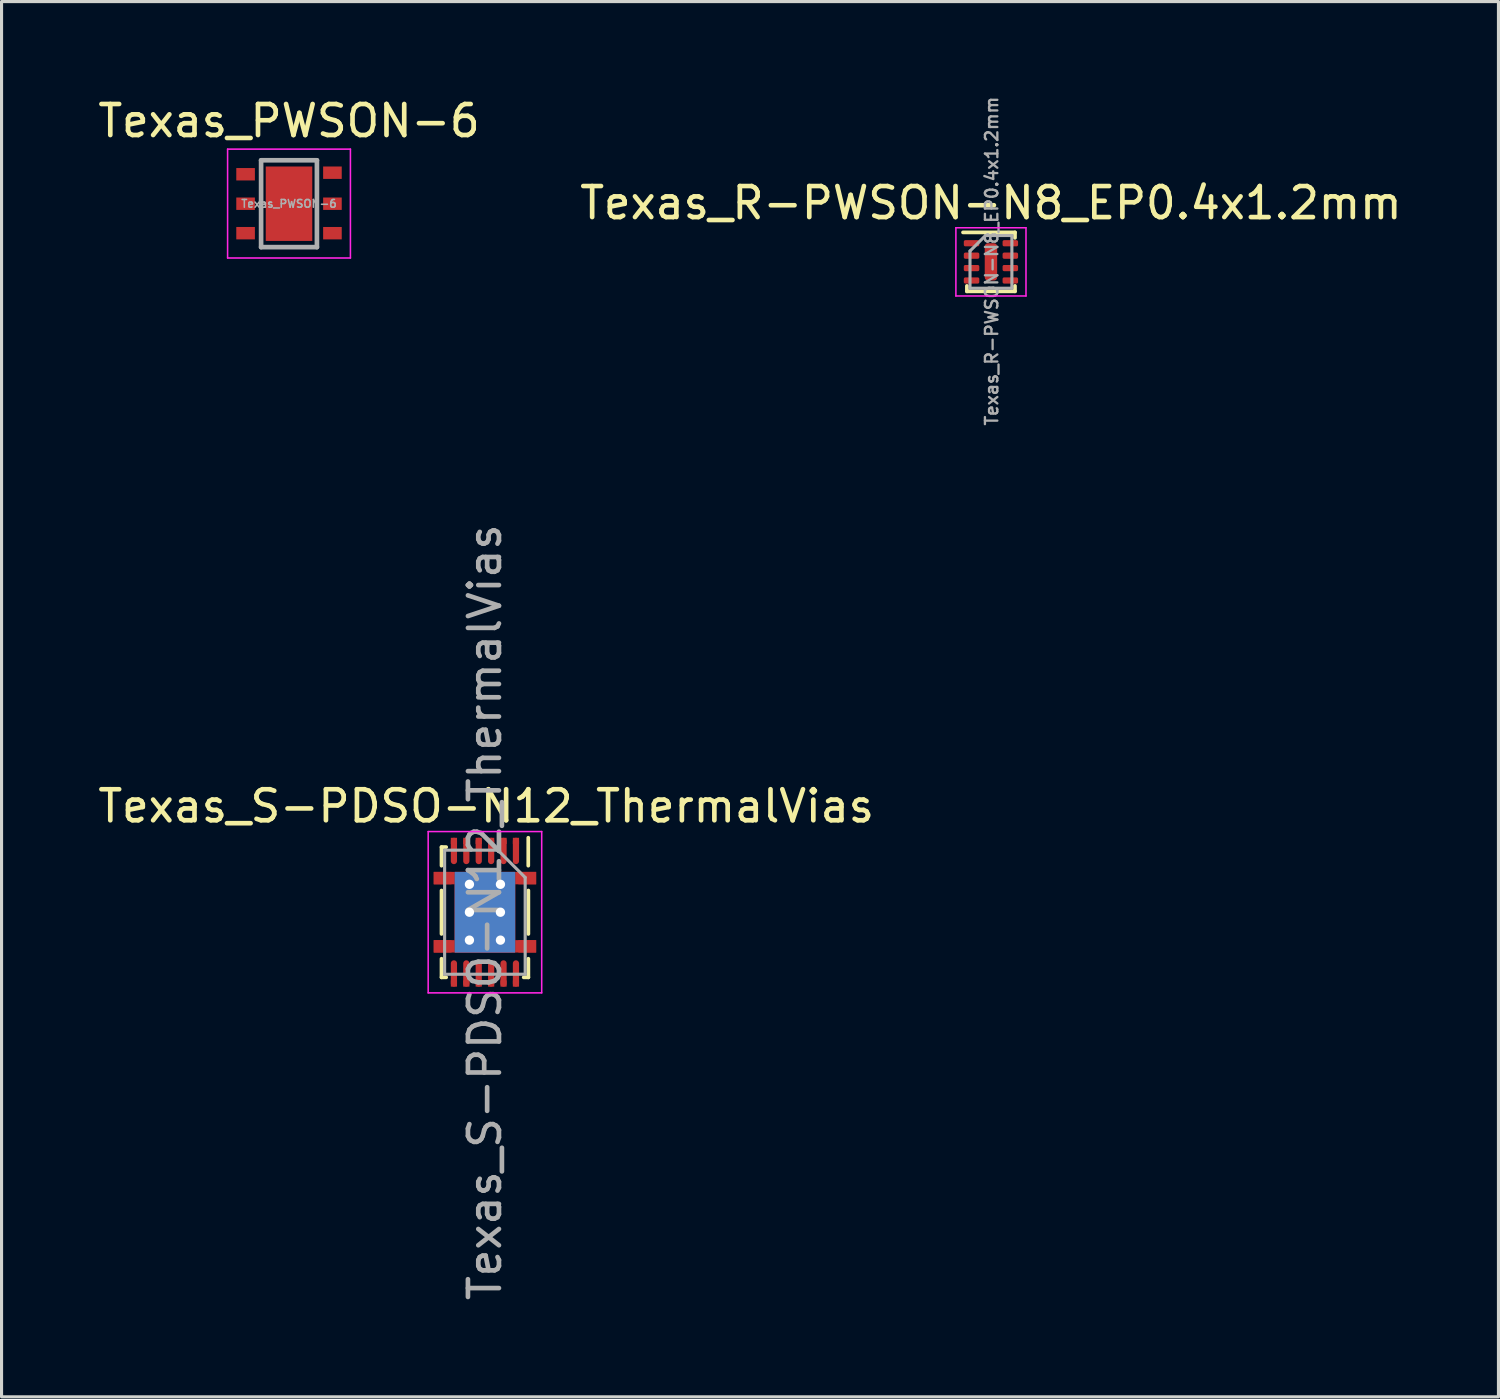
<source format=kicad_pcb>
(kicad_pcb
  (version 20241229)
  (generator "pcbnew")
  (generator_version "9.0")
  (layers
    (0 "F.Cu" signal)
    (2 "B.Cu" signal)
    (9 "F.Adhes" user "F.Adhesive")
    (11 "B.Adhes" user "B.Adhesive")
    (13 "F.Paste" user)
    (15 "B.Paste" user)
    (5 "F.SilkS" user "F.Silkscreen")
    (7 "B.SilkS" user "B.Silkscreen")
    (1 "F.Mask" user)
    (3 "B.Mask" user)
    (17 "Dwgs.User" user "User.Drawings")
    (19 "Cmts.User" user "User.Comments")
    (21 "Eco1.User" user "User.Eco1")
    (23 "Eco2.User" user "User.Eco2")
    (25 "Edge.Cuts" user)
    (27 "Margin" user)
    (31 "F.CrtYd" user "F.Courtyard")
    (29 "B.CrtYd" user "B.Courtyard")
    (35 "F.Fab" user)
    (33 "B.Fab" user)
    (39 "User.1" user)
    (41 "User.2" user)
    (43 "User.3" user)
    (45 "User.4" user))
  (footprint "Texas_PWSON-6"
    (layer "F.Cu")
    (at 6.268 3.518)
    (property "Reference" "Texas_PWSON-6" (at 0 -2.67 0) (layer "F.SilkS") (effects (font (size 1 1) (thickness 0.15))))
    (attr smd)
    (fp_line (start -1.98 -1.76) (end 1.98 -1.76) (stroke (width 0.05) (type solid)) (layer "F.CrtYd"))
    (fp_line (start -1.98 1.75) (end -1.98 -1.76) (stroke (width 0.05) (type solid)) (layer "F.CrtYd"))
    (fp_line (start -1.98 1.75) (end 1.98 1.75) (stroke (width 0.05) (type solid)) (layer "F.CrtYd"))
    (fp_line (start 1.98 1.75) (end 1.98 -1.76) (stroke (width 0.05) (type solid)) (layer "F.CrtYd"))
    (fp_line (start -0.9 -1.4) (end 0.9 -1.4) (stroke (width 0.15) (type solid)) (layer "F.Fab"))
    (fp_line (start -0.9 1.4) (end -0.9 -1.4) (stroke (width 0.15) (type solid)) (layer "F.Fab"))
    (fp_line (start 0.9 -1.4) (end 0.9 1.4) (stroke (width 0.15) (type solid)) (layer "F.Fab"))
    (fp_line (start 0.9 1.4) (end -0.9 1.4) (stroke (width 0.15) (type solid)) (layer "F.Fab"))
    (fp_text user "${REFERENCE}" (at 0 0 0) (layer "F.Fab") (effects (font (size 0.25 0.25) (thickness 0.05))))
    (pad "1" smd rect (at -1.4 -0.95) (size 0.6 0.4) (layers "F.Cu" "F.Mask" "F.Paste"))
    (pad "2" smd rect (at -1.4 0) (size 0.6 0.4) (layers "F.Cu" "F.Mask" "F.Paste"))
    (pad "3" smd rect (at -1.4 0.95) (size 0.6 0.4) (layers "F.Cu" "F.Mask" "F.Paste"))
    (pad "4" smd rect (at 1.4 0.95) (size 0.6 0.4) (layers "F.Cu" "F.Mask" "F.Paste"))
    (pad "5" smd rect (at 1.4 0) (size 0.6 0.4) (layers "F.Cu" "F.Mask" "F.Paste"))
    (pad "6" smd rect (at 1.4 -1) (size 0.6 0.4) (layers "F.Cu" "F.Mask" "F.Paste"))
    (pad "7" smd rect (at 0 0) (size 1.5 2.4) (layers "F.Cu" "F.Mask" "F.Paste")))
  (footprint "Texas_R-PWSON-N8_EP0.4x1.2mm"
    (layer "F.Cu")
    (at 28.899 5.393)
    (property "Reference" "Texas_R-PWSON-N8_EP0.4x1.2mm" (at 0 -1.9 0) (layer "F.SilkS") (effects (font (size 1 1) (thickness 0.15))))
    (attr smd)
    (fp_line (start -0.775 0.95) (end -0.775 0.775) (stroke (width 0.12) (type solid)) (layer "F.SilkS"))
    (fp_line (start 0.775 -0.95) (end -0.9 -0.95) (stroke (width 0.12) (type solid)) (layer "F.SilkS"))
    (fp_line (start 0.775 -0.95) (end 0.775 -0.775) (stroke (width 0.12) (type solid)) (layer "F.SilkS"))
    (fp_line (start 0.775 0.95) (end -0.775 0.95) (stroke (width 0.12) (type solid)) (layer "F.SilkS"))
    (fp_line (start 0.775 0.95) (end 0.775 0.775) (stroke (width 0.12) (type solid)) (layer "F.SilkS"))
    (fp_line (start -1.13 -1.1) (end -1.13 1.1) (stroke (width 0.05) (type solid)) (layer "F.CrtYd"))
    (fp_line (start -1.13 -1.1) (end 1.13 -1.1) (stroke (width 0.05) (type solid)) (layer "F.CrtYd"))
    (fp_line (start -1.13 1.1) (end 1.13 1.1) (stroke (width 0.05) (type solid)) (layer "F.CrtYd"))
    (fp_line (start 1.13 -1.1) (end 1.13 1.1) (stroke (width 0.05) (type solid)) (layer "F.CrtYd"))
    (fp_line (start -0.675 -0.35) (end -0.675 0.85) (stroke (width 0.1) (type solid)) (layer "F.Fab"))
    (fp_line (start -0.675 0.85) (end 0.675 0.85) (stroke (width 0.1) (type solid)) (layer "F.Fab"))
    (fp_line (start -0.175 -0.85) (end -0.675 -0.35) (stroke (width 0.1) (type solid)) (layer "F.Fab"))
    (fp_line (start -0.175 -0.85) (end 0.675 -0.85) (stroke (width 0.1) (type solid)) (layer "F.Fab"))
    (fp_line (start 0.675 -0.85) (end 0.675 0.85) (stroke (width 0.1) (type solid)) (layer "F.Fab"))
    (fp_text user "${REFERENCE}" (at 0.025 -0.025 90) (layer "F.Fab") (effects (font (size 0.4 0.4) (thickness 0.075))))
    (pad "" smd roundrect (at 0 -0.3) (size 0.3 0.5) (layers "F.Paste") (roundrect_rratio 0.25))
    (pad "" smd roundrect (at 0 0) (size 0.3 0.55) (layers "F.Paste") (roundrect_rratio 0.25))
    (pad "" smd roundrect (at 0 0.3) (size 0.3 0.5) (layers "F.Paste") (roundrect_rratio 0.25))
    (pad "1" smd roundrect (at -0.625 -0.6 90) (size 0.2 0.5) (layers "F.Cu" "F.Mask" "F.Paste") (roundrect_rratio 0.25))
    (pad "2" smd roundrect (at -0.625 -0.2 90) (size 0.2 0.5) (layers "F.Cu" "F.Mask" "F.Paste") (roundrect_rratio 0.25))
    (pad "3" smd roundrect (at -0.625 0.2 90) (size 0.2 0.5) (layers "F.Cu" "F.Mask" "F.Paste") (roundrect_rratio 0.25))
    (pad "4" smd roundrect (at -0.625 0.6 90) (size 0.2 0.5) (layers "F.Cu" "F.Mask" "F.Paste") (roundrect_rratio 0.25))
    (pad "5" smd roundrect (at 0.625 0.6 90) (size 0.2 0.5) (layers "F.Cu" "F.Mask" "F.Paste") (roundrect_rratio 0.25))
    (pad "6" smd roundrect (at 0.625 0.2 90) (size 0.2 0.5) (layers "F.Cu" "F.Mask" "F.Paste") (roundrect_rratio 0.25))
    (pad "7" smd roundrect (at 0.625 -0.2 90) (size 0.2 0.5) (layers "F.Cu" "F.Mask" "F.Paste") (roundrect_rratio 0.25))
    (pad "8" smd roundrect (at 0.625 -0.6 90) (size 0.2 0.5) (layers "F.Cu" "F.Mask" "F.Paste") (roundrect_rratio 0.25))
    (pad "9" smd roundrect (at 0 0) (size 0.4 1.2) (layers "F.Cu" "F.Mask") (roundrect_rratio 0.25)))
  (footprint "Texas_S-PDSO-N12_ThermalVias"
    (layer "F.Cu")
    (at 12.585 26.361)
    (property "Reference" "Texas_S-PDSO-N12_ThermalVias" (at 0.04 -3.42 0) (layer "F.SilkS") (effects (font (size 1 1) (thickness 0.15))))
    (attr smd)
    (fp_line (start -1.4 -2.1) (end -1.25 -2.1) (stroke (width 0.12) (type solid)) (layer "F.SilkS"))
    (fp_line (start -1.4 -1.5) (end -1.4 -2.1) (stroke (width 0.12) (type solid)) (layer "F.SilkS"))
    (fp_line (start -1.4 0.7) (end -1.4 -0.7) (stroke (width 0.12) (type solid)) (layer "F.SilkS"))
    (fp_line (start -1.4 2.1) (end -1.4 1.5) (stroke (width 0.12) (type solid)) (layer "F.SilkS"))
    (fp_line (start -1.4 2.1) (end -1.25 2.1) (stroke (width 0.12) (type solid)) (layer "F.SilkS"))
    (fp_line (start 1.397 -1.501) (end 1.397 -2.401) (stroke (width 0.12) (type solid)) (layer "F.SilkS"))
    (fp_line (start 1.4 0.7) (end 1.4 -0.7) (stroke (width 0.12) (type solid)) (layer "F.SilkS"))
    (fp_line (start 1.4 1.5) (end 1.4 2.1) (stroke (width 0.12) (type solid)) (layer "F.SilkS"))
    (fp_line (start 1.4 2.1) (end 1.25 2.1) (stroke (width 0.12) (type solid)) (layer "F.SilkS"))
    (fp_line (start -1.83 -2.6) (end -1.83 2.6) (stroke (width 0.05) (type solid)) (layer "F.CrtYd"))
    (fp_line (start -1.83 -2.6) (end 1.83 -2.6) (stroke (width 0.05) (type solid)) (layer "F.CrtYd"))
    (fp_line (start -1.83 2.6) (end 1.83 2.6) (stroke (width 0.05) (type solid)) (layer "F.CrtYd"))
    (fp_line (start 1.83 -2.6) (end 1.83 2.6) (stroke (width 0.05) (type solid)) (layer "F.CrtYd"))
    (fp_line (start -1.3 -2) (end -1.3 2) (stroke (width 0.1) (type solid)) (layer "F.Fab"))
    (fp_line (start -1.3 2) (end 1.297 1.999) (stroke (width 0.1) (type solid)) (layer "F.Fab"))
    (fp_line (start 0.417 -2.001) (end -1.3 -2) (stroke (width 0.1) (type solid)) (layer "F.Fab"))
    (fp_line (start 0.417 -2.001) (end 1.297 -1.121) (stroke (width 0.1) (type solid)) (layer "F.Fab"))
    (fp_line (start 1.297 -1.121) (end 1.297 1.999) (stroke (width 0.1) (type solid)) (layer "F.Fab"))
    (fp_text user "${REFERENCE}" (at -0.003 -0.001 270) (layer "F.Fab") (effects (font (size 1 1) (thickness 0.15))))
    (pad "1" smd rect (at 1 -2.3 270) (size 0.2 0.2) (layers "F.Cu" "F.Mask" "F.Paste"))
    (pad "1" smd oval (at 1 -1.975 270) (size 0.85 0.2) (layers "F.Cu" "F.Mask" "F.Paste"))
    (pad "2" smd rect (at 0.6 -2.3 270) (size 0.2 0.2) (layers "F.Cu" "F.Mask" "F.Paste"))
    (pad "2" smd oval (at 0.6 -1.975 270) (size 0.85 0.2) (layers "F.Cu" "F.Mask" "F.Paste"))
    (pad "3" smd rect (at 0.2 -2.3 270) (size 0.2 0.2) (layers "F.Cu" "F.Mask" "F.Paste"))
    (pad "3" smd oval (at 0.2 -1.975 270) (size 0.85 0.2) (layers "F.Cu" "F.Mask" "F.Paste"))
    (pad "4" smd rect (at -0.2 -2.3 270) (size 0.2 0.2) (layers "F.Cu" "F.Mask" "F.Paste"))
    (pad "4" smd oval (at -0.2 -1.975 270) (size 0.85 0.2) (layers "F.Cu" "F.Mask" "F.Paste"))
    (pad "5" smd rect (at -0.6 -2.3 270) (size 0.2 0.2) (layers "F.Cu" "F.Mask" "F.Paste"))
    (pad "5" smd oval (at -0.6 -1.975 270) (size 0.85 0.2) (layers "F.Cu" "F.Mask" "F.Paste"))
    (pad "6" smd rect (at -1 -2.3 270) (size 0.2 0.2) (layers "F.Cu" "F.Mask" "F.Paste"))
    (pad "6" smd oval (at -1 -1.975 270) (size 0.85 0.2) (layers "F.Cu" "F.Mask" "F.Paste"))
    (pad "7" smd oval (at -1 1.975 270) (size 0.85 0.2) (layers "F.Cu" "F.Mask" "F.Paste"))
    (pad "7" smd rect (at -1 2.3 270) (size 0.2 0.2) (layers "F.Cu" "F.Mask" "F.Paste"))
    (pad "8" smd oval (at -0.6 1.975 270) (size 0.85 0.2) (layers "F.Cu" "F.Mask" "F.Paste"))
    (pad "8" smd rect (at -0.6 2.3 270) (size 0.2 0.2) (layers "F.Cu" "F.Mask" "F.Paste"))
    (pad "9" smd oval (at -0.2 1.975 270) (size 0.85 0.2) (layers "F.Cu" "F.Mask" "F.Paste"))
    (pad "9" smd rect (at -0.2 2.3 270) (size 0.2 0.2) (layers "F.Cu" "F.Mask" "F.Paste"))
    (pad "10" smd oval (at 0.2 1.975 270) (size 0.85 0.2) (layers "F.Cu" "F.Mask" "F.Paste"))
    (pad "10" smd rect (at 0.2 2.3 270) (size 0.2 0.2) (layers "F.Cu" "F.Mask" "F.Paste"))
    (pad "11" smd oval (at 0.6 1.975 270) (size 0.85 0.2) (layers "F.Cu" "F.Mask" "F.Paste"))
    (pad "11" smd rect (at 0.6 2.3 270) (size 0.2 0.2) (layers "F.Cu" "F.Mask" "F.Paste"))
    (pad "12" smd oval (at 1 1.975 270) (size 0.85 0.2) (layers "F.Cu" "F.Mask" "F.Paste"))
    (pad "12" smd rect (at 1 2.3 270) (size 0.2 0.2) (layers "F.Cu" "F.Mask" "F.Paste"))
    (pad "13" smd rect (at -1.365 -1.1 180) (size 0.575 0.4) (layers "F.Cu" "F.Mask" "F.Paste"))
    (pad "13" smd rect (at -1.365 1.1 180) (size 0.575 0.4) (layers "F.Cu" "F.Mask" "F.Paste"))
    (pad "13" smd rect (at -1.312 -1.1 180) (size 0.675 0.4) (layers "F.Cu" "F.Mask"))
    (pad "13" smd rect (at -1.312 1.1 180) (size 0.675 0.4) (layers "F.Cu" "F.Mask"))
    (pad "13" thru_hole circle (at -0.5 -0.9 270) (size 0.6 0.6) (drill 0.3) (layers "*.Cu"))
    (pad "13" thru_hole circle (at -0.5 0 270) (size 0.6 0.6) (drill 0.3) (layers "*.Cu"))
    (pad "13" thru_hole circle (at -0.5 0.9 270) (size 0.6 0.6) (drill 0.3) (layers "*.Cu"))
    (pad "13" smd rect (at -0.487 -0.65) (size 0.975 1.3) (layers "F.Cu" "F.Paste"))
    (pad "13" smd rect (at -0.487 0.65) (size 0.975 1.3) (layers "F.Cu" "F.Paste"))
    (pad "13" smd rect (at 0 0 180) (size 1.95 2.6) (layers "F.Cu" "F.Mask"))
    (pad "13" smd rect (at 0 0 180) (size 1.95 2.6) (layers "F.Mask" "B.Cu"))
    (pad "13" smd rect (at 0.487 -0.65) (size 0.975 1.3) (layers "F.Cu" "F.Paste"))
    (pad "13" smd rect (at 0.487 0.65) (size 0.975 1.3) (layers "F.Cu" "F.Paste"))
    (pad "13" thru_hole circle (at 0.5 -0.9 270) (size 0.6 0.6) (drill 0.3) (layers "*.Cu"))
    (pad "13" thru_hole circle (at 0.5 0 270) (size 0.6 0.6) (drill 0.3) (layers "*.Cu"))
    (pad "13" thru_hole circle (at 0.5 0.9 270) (size 0.6 0.6) (drill 0.3) (layers "*.Cu"))
    (pad "13" smd rect (at 1.312 -1.1 180) (size 0.675 0.4) (layers "F.Cu" "F.Mask"))
    (pad "13" smd rect (at 1.312 1.1 180) (size 0.675 0.4) (layers "F.Cu" "F.Mask"))
    (pad "13" smd rect (at 1.365 -1.1 180) (size 0.575 0.4) (layers "F.Cu" "F.Mask" "F.Paste"))
    (pad "13" smd rect (at 1.365 1.1 180) (size 0.575 0.4) (layers "F.Cu" "F.Mask" "F.Paste")))
  (gr_rect
    (start -3 -3)
    (end 45.262 41.985)
    (stroke (width 0.1) (type default))
    (fill no)
    (layer "Edge.Cuts")))
</source>
